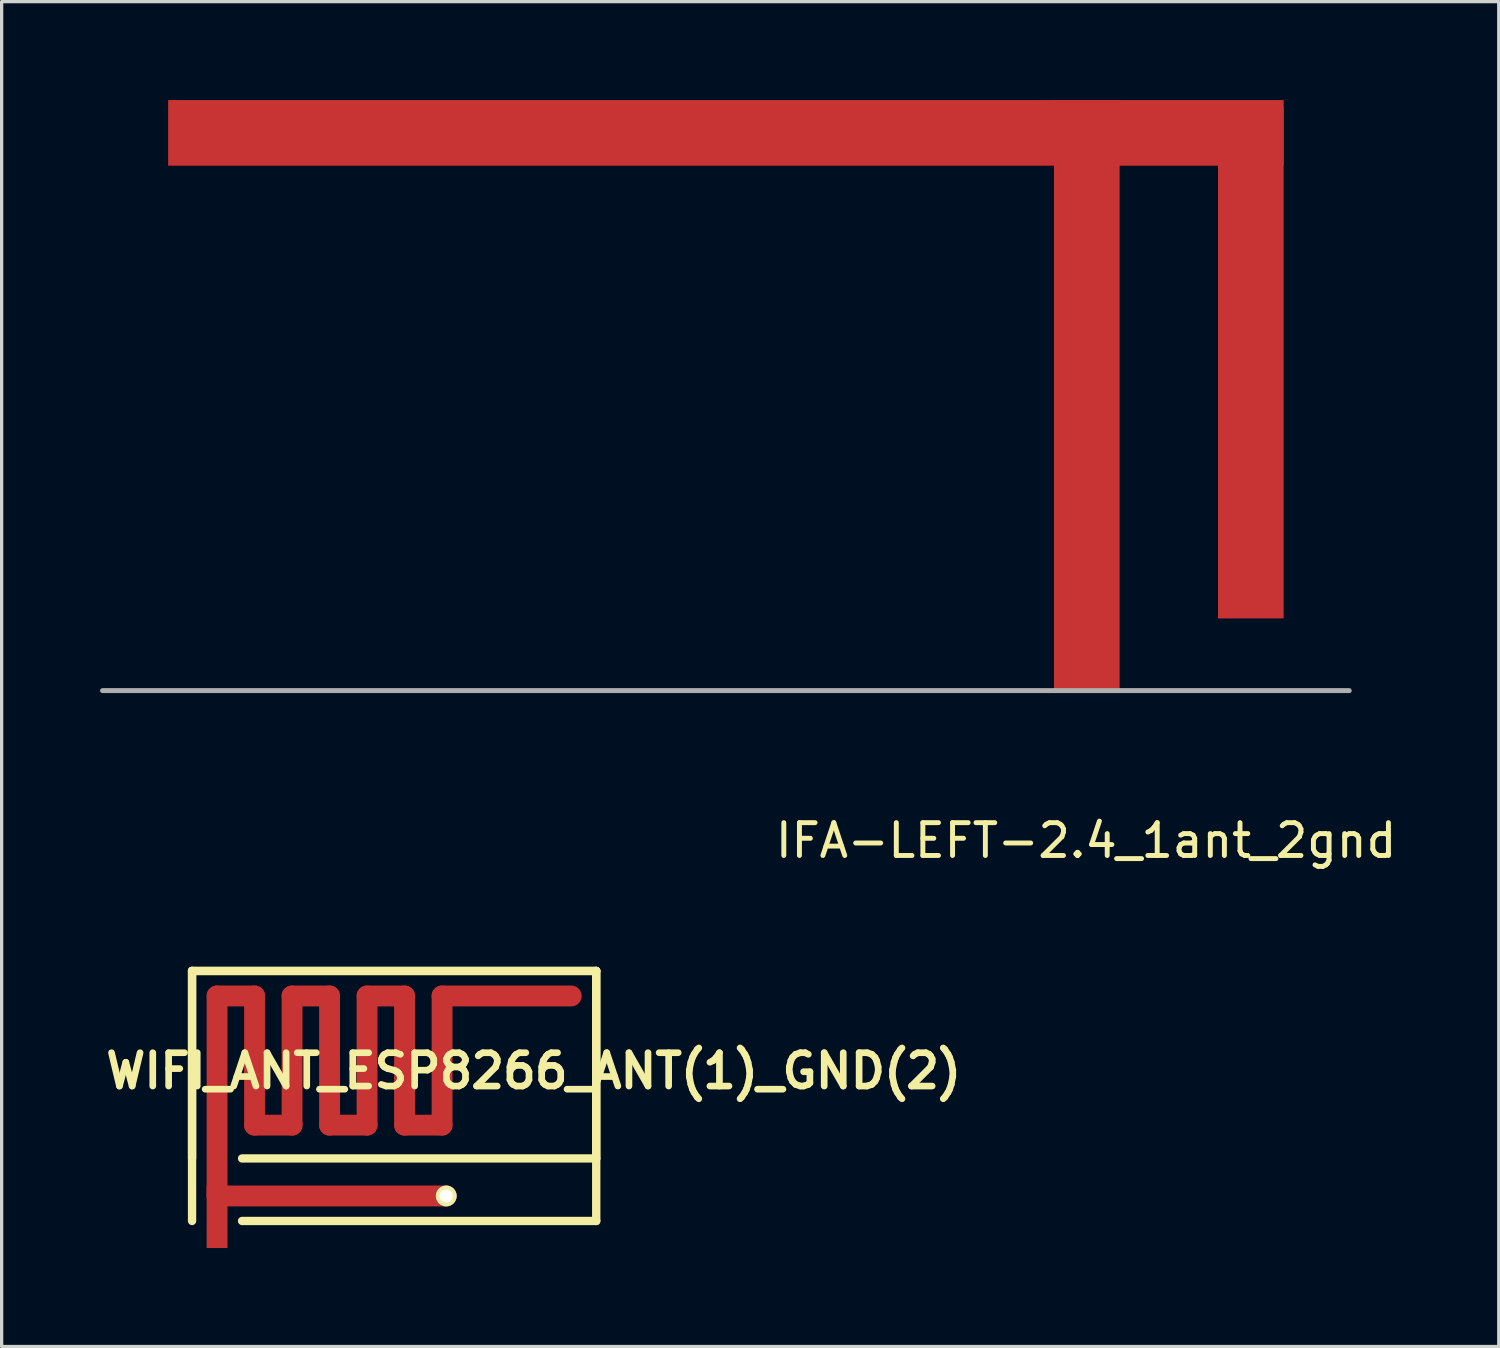
<source format=kicad_pcb>
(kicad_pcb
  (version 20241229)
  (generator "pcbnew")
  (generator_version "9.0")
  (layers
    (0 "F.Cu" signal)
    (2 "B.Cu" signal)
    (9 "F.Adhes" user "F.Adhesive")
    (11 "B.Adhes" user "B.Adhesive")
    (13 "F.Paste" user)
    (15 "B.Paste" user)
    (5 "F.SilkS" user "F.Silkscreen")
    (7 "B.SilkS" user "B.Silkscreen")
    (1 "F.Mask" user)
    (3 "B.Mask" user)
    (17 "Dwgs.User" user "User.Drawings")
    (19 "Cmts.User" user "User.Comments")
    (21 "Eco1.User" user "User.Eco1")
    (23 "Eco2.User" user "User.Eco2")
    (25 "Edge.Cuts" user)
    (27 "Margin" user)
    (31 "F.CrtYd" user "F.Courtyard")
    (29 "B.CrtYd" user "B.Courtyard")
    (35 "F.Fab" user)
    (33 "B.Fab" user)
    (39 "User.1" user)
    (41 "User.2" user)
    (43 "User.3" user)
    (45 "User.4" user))
  (footprint "WIFI_ANT_ESP8266_ANT(1)_GND(2)"
    (layer "F.Cu")
    (at 8.9 30.736)
    (property "Reference" "WIFI_ANT_ESP8266_ANT(1)_GND(2)" (at 4.318 -1.143 0) (layer "F.SilkS") (effects (font (size 1.016 1.016) (thickness 0.203))))
    (attr exclude_from_pos_files exclude_from_bom)
    (fp_line (start -5.334 -3.429) (end -4.191 -3.429) (stroke (width 0.635) (type solid)) (layer "F.Cu"))
    (fp_line (start -5.334 2.667) (end -5.334 -3.429) (stroke (width 0.635) (type solid)) (layer "F.Cu"))
    (fp_line (start -5.334 2.667) (end 1.651 2.667) (stroke (width 0.635) (type solid)) (layer "F.Cu"))
    (fp_line (start -4.191 -3.429) (end -4.191 0.508) (stroke (width 0.635) (type solid)) (layer "F.Cu"))
    (fp_line (start -4.191 0.508) (end -3.048 0.508) (stroke (width 0.635) (type solid)) (layer "F.Cu"))
    (fp_line (start -3.048 -3.429) (end -1.905 -3.429) (stroke (width 0.635) (type solid)) (layer "F.Cu"))
    (fp_line (start -3.048 0.508) (end -3.048 -3.429) (stroke (width 0.635) (type solid)) (layer "F.Cu"))
    (fp_line (start -1.905 -3.429) (end -1.905 0.508) (stroke (width 0.635) (type solid)) (layer "F.Cu"))
    (fp_line (start -1.905 0.508) (end -0.762 0.508) (stroke (width 0.635) (type solid)) (layer "F.Cu"))
    (fp_line (start -0.762 -3.429) (end 0.381 -3.429) (stroke (width 0.635) (type solid)) (layer "F.Cu"))
    (fp_line (start -0.762 0.508) (end -0.762 -3.429) (stroke (width 0.635) (type solid)) (layer "F.Cu"))
    (fp_line (start 0.381 -3.429) (end 0.381 0.508) (stroke (width 0.635) (type solid)) (layer "F.Cu"))
    (fp_line (start 0.381 0.508) (end 1.524 0.508) (stroke (width 0.635) (type solid)) (layer "F.Cu"))
    (fp_line (start 1.524 -3.429) (end 5.461 -3.429) (stroke (width 0.635) (type solid)) (layer "F.Cu"))
    (fp_line (start 1.524 0.508) (end 1.524 -3.429) (stroke (width 0.635) (type solid)) (layer "F.Cu"))
    (fp_line (start -5.334 -3.429) (end -4.191 -3.429) (stroke (width 0.762) (type solid)) (layer "F.Mask"))
    (fp_line (start -5.334 2.667) (end -5.334 -3.429) (stroke (width 0.762) (type solid)) (layer "F.Mask"))
    (fp_line (start -5.334 2.667) (end 1.651 2.667) (stroke (width 0.762) (type solid)) (layer "F.Mask"))
    (fp_line (start -4.191 -3.429) (end -4.191 0.508) (stroke (width 0.762) (type solid)) (layer "F.Mask"))
    (fp_line (start -4.191 0.508) (end -3.048 0.508) (stroke (width 0.762) (type solid)) (layer "F.Mask"))
    (fp_line (start -3.048 -3.429) (end -1.905 -3.429) (stroke (width 0.762) (type solid)) (layer "F.Mask"))
    (fp_line (start -3.048 0.508) (end -3.048 -3.429) (stroke (width 0.762) (type solid)) (layer "F.Mask"))
    (fp_line (start -1.905 -3.429) (end -1.905 0.508) (stroke (width 0.762) (type solid)) (layer "F.Mask"))
    (fp_line (start -1.905 0.508) (end -0.762 0.508) (stroke (width 0.762) (type solid)) (layer "F.Mask"))
    (fp_line (start -0.762 -3.429) (end 0.381 -3.429) (stroke (width 0.762) (type solid)) (layer "F.Mask"))
    (fp_line (start -0.762 0.508) (end -0.762 -3.429) (stroke (width 0.762) (type solid)) (layer "F.Mask"))
    (fp_line (start 0.381 -3.429) (end 0.381 0.508) (stroke (width 0.762) (type solid)) (layer "F.Mask"))
    (fp_line (start 0.381 0.508) (end 1.524 0.508) (stroke (width 0.762) (type solid)) (layer "F.Mask"))
    (fp_line (start 1.524 -3.429) (end 5.461 -3.429) (stroke (width 0.762) (type solid)) (layer "F.Mask"))
    (fp_line (start 1.524 0.508) (end 1.524 -3.429) (stroke (width 0.762) (type solid)) (layer "F.Mask"))
    (fp_line (start -6.096 -4.191) (end -6.096 1.524) (stroke (width 0.254) (type solid)) (layer "F.SilkS"))
    (fp_line (start -6.096 3.429) (end -6.096 -4.191) (stroke (width 0.254) (type solid)) (layer "F.SilkS"))
    (fp_line (start -4.572 3.429) (end 6.223 3.429) (stroke (width 0.254) (type solid)) (layer "F.SilkS"))
    (fp_line (start 6.223 -4.191) (end -6.096 -4.191) (stroke (width 0.254) (type solid)) (layer "F.SilkS"))
    (fp_line (start 6.223 -4.191) (end -6.096 -4.191) (stroke (width 0.254) (type solid)) (layer "F.SilkS"))
    (fp_line (start 6.223 1.524) (end -4.572 1.524) (stroke (width 0.254) (type solid)) (layer "F.SilkS"))
    (fp_line (start 6.223 1.524) (end 6.223 -4.191) (stroke (width 0.254) (type solid)) (layer "F.SilkS"))
    (fp_line (start 6.223 3.429) (end 6.223 -4.191) (stroke (width 0.254) (type solid)) (layer "F.SilkS"))
    (pad "1" smd rect (at -5.334 3.302 90) (size 1.905 0.635) (layers "F.Cu" "F.Mask" "F.Paste"))
    (pad "2" thru_hole circle (at 1.651 2.667 90) (size 0.635 0.635) (drill 0.4) (layers "*.Cu" "F.Mask" "F.SilkS" "F.Paste")))
  (footprint "IFA-LEFT-2.4_1ant_2gnd"
    (layer "F.Cu")
    (at 30.075 18)
    (property "Reference" "IFA-LEFT-2.4_1ant_2gnd" (at -0.02 4.57 0) (layer "F.SilkS") (effects (font (size 1 1) (thickness 0.15))))
    (attr exclude_from_pos_files exclude_from_bom)
    (fp_line (start 8 0) (end -30 0) (stroke (width 0.15) (type solid)) (layer "F.Fab"))
    (pad "0" smd rect (at -11 -17) (size 34 2) (layers "F.Cu" "F.Mask" "F.Paste"))
    (pad "1" smd rect (at 0 -9) (size 2 18) (layers "F.Cu" "F.Mask" "F.Paste"))
    (pad "2" smd rect (at 5 -10) (size 2 15.6) (layers "F.Cu" "F.Mask" "F.Paste")))
  (gr_rect
    (start -3 -3)
    (end 42.632 37.991)
    (stroke (width 0.1) (type default))
    (fill no)
    (layer "Edge.Cuts")))
</source>
